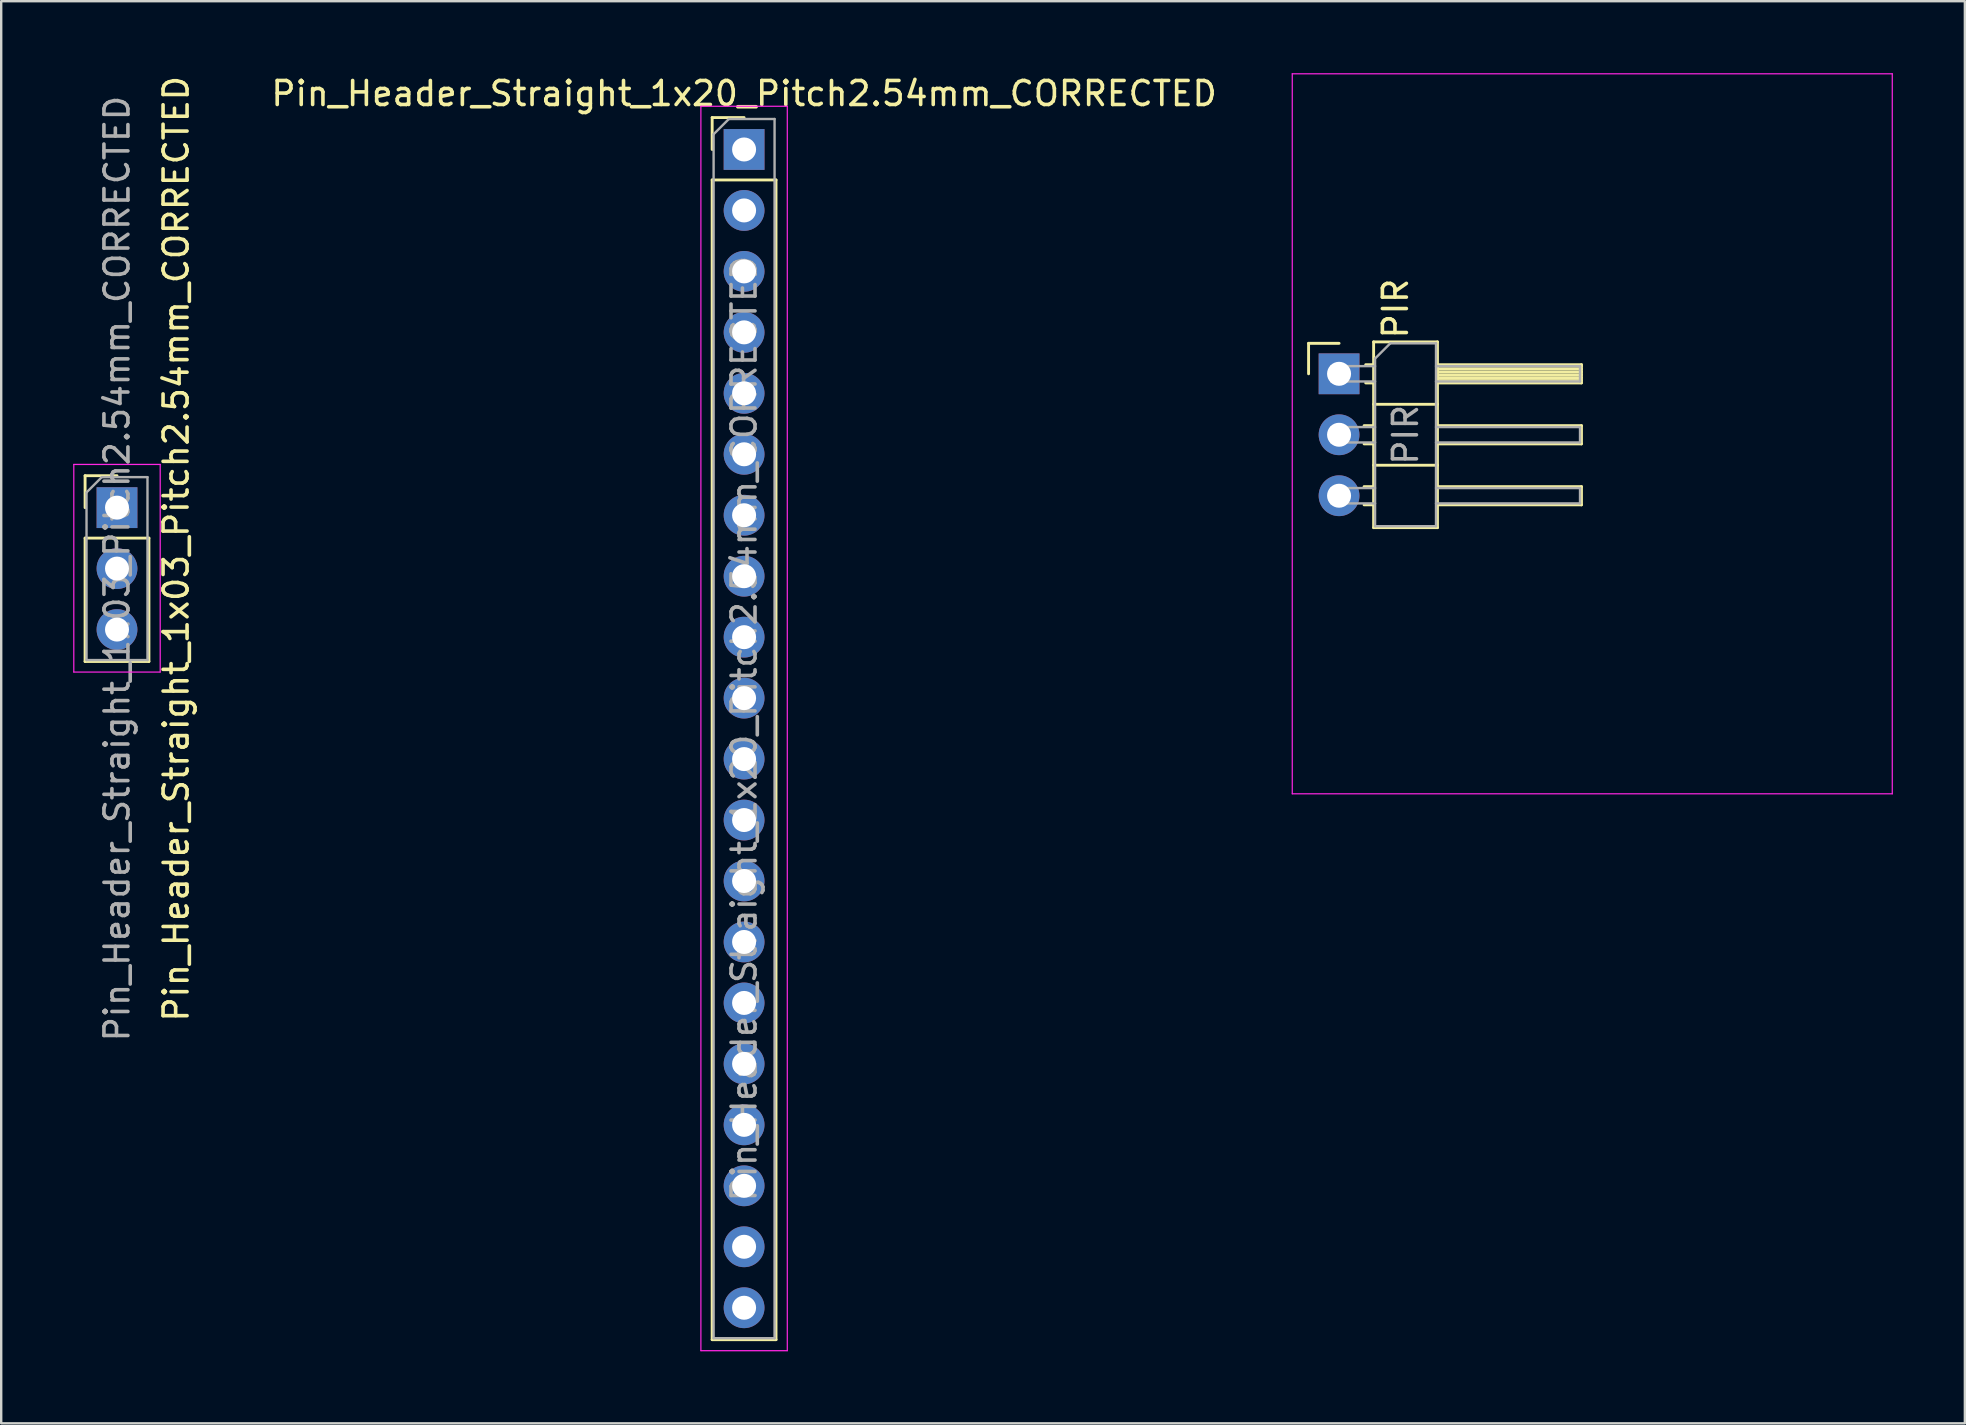
<source format=kicad_pcb>
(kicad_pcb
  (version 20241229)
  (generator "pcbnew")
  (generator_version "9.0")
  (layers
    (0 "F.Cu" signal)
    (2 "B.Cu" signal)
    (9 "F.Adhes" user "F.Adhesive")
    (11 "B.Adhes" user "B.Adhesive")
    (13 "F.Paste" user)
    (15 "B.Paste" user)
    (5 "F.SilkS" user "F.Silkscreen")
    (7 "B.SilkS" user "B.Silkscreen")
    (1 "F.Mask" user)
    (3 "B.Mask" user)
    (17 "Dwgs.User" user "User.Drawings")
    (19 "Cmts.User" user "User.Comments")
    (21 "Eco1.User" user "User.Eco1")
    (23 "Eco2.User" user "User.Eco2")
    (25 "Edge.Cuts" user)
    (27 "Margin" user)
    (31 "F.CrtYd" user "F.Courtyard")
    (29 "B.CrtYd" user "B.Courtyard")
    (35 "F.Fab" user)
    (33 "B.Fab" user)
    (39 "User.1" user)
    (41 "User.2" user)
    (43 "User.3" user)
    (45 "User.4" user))
  (footprint "Pin_Header_Straight_1x03_Pitch2.54mm_CORRECTED"
    (layer "F.Cu")
    (at 1.825 18.101)
    (property "Reference" "Pin_Header_Straight_1x03_Pitch2.54mm_CORRECTED" (at 2.464 1.714 90) (layer "F.SilkS") (effects (font (size 1 1) (thickness 0.15))))
    (attr through_hole)
    (fp_line (start -1.33 -1.33) (end 0 -1.33) (stroke (width 0.12) (type solid)) (layer "F.SilkS"))
    (fp_line (start -1.33 0) (end -1.33 -1.33) (stroke (width 0.12) (type solid)) (layer "F.SilkS"))
    (fp_line (start -1.33 1.27) (end -1.33 6.41) (stroke (width 0.12) (type solid)) (layer "F.SilkS"))
    (fp_line (start -1.33 1.27) (end 1.33 1.27) (stroke (width 0.12) (type solid)) (layer "F.SilkS"))
    (fp_line (start -1.33 6.41) (end 1.33 6.41) (stroke (width 0.12) (type solid)) (layer "F.SilkS"))
    (fp_line (start 1.33 1.27) (end 1.33 6.41) (stroke (width 0.12) (type solid)) (layer "F.SilkS"))
    (fp_line (start -1.8 -1.8) (end -1.8 6.85) (stroke (width 0.05) (type solid)) (layer "F.CrtYd"))
    (fp_line (start -1.8 6.85) (end 1.8 6.85) (stroke (width 0.05) (type solid)) (layer "F.CrtYd"))
    (fp_line (start 1.8 -1.8) (end -1.8 -1.8) (stroke (width 0.05) (type solid)) (layer "F.CrtYd"))
    (fp_line (start 1.8 6.85) (end 1.8 -1.8) (stroke (width 0.05) (type solid)) (layer "F.CrtYd"))
    (fp_line (start -1.27 -0.635) (end -0.635 -1.27) (stroke (width 0.1) (type solid)) (layer "F.Fab"))
    (fp_line (start -1.27 6.35) (end -1.27 -0.635) (stroke (width 0.1) (type solid)) (layer "F.Fab"))
    (fp_line (start -0.635 -1.27) (end 1.27 -1.27) (stroke (width 0.1) (type solid)) (layer "F.Fab"))
    (fp_line (start 1.27 -1.27) (end 1.27 6.35) (stroke (width 0.1) (type solid)) (layer "F.Fab"))
    (fp_line (start 1.27 6.35) (end -1.27 6.35) (stroke (width 0.1) (type solid)) (layer "F.Fab"))
    (fp_text user "${REFERENCE}" (at 0 2.54 90) (layer "F.Fab") (effects (font (size 1 1) (thickness 0.15))))
    (pad "1" thru_hole rect (at 0 0) (size 1.7 1.7) (drill 1) (layers "*.Cu" "*.Mask"))
    (pad "2" thru_hole oval (at 0 2.54) (size 1.7 1.7) (drill 1) (layers "*.Cu" "*.Mask"))
    (pad "3" thru_hole oval (at 0 5.08) (size 1.7 1.7) (drill 1) (layers "*.Cu" "*.Mask")))
  (footprint "Pin_Header_Straight_1x20_Pitch2.54mm_CORRECTED"
    (layer "F.Cu")
    (at 27.953 3.178)
    (property "Reference" "Pin_Header_Straight_1x20_Pitch2.54mm_CORRECTED" (at 0 -2.33 0) (layer "F.SilkS") (effects (font (size 1 1) (thickness 0.15))))
    (attr through_hole)
    (fp_line (start -1.33 -1.33) (end 0 -1.33) (stroke (width 0.12) (type solid)) (layer "F.SilkS"))
    (fp_line (start -1.33 0) (end -1.33 -1.33) (stroke (width 0.12) (type solid)) (layer "F.SilkS"))
    (fp_line (start -1.33 1.27) (end -1.33 49.59) (stroke (width 0.12) (type solid)) (layer "F.SilkS"))
    (fp_line (start -1.33 1.27) (end 1.33 1.27) (stroke (width 0.12) (type solid)) (layer "F.SilkS"))
    (fp_line (start -1.33 49.59) (end 1.33 49.59) (stroke (width 0.12) (type solid)) (layer "F.SilkS"))
    (fp_line (start 1.33 1.27) (end 1.33 49.59) (stroke (width 0.12) (type solid)) (layer "F.SilkS"))
    (fp_line (start -1.8 -1.8) (end -1.8 50.05) (stroke (width 0.05) (type solid)) (layer "F.CrtYd"))
    (fp_line (start -1.8 50.05) (end 1.8 50.05) (stroke (width 0.05) (type solid)) (layer "F.CrtYd"))
    (fp_line (start 1.8 -1.8) (end -1.8 -1.8) (stroke (width 0.05) (type solid)) (layer "F.CrtYd"))
    (fp_line (start 1.8 50.05) (end 1.8 -1.8) (stroke (width 0.05) (type solid)) (layer "F.CrtYd"))
    (fp_line (start -1.27 -0.635) (end -0.635 -1.27) (stroke (width 0.1) (type solid)) (layer "F.Fab"))
    (fp_line (start -1.27 49.53) (end -1.27 -0.635) (stroke (width 0.1) (type solid)) (layer "F.Fab"))
    (fp_line (start -0.635 -1.27) (end 1.27 -1.27) (stroke (width 0.1) (type solid)) (layer "F.Fab"))
    (fp_line (start 1.27 -1.27) (end 1.27 49.53) (stroke (width 0.1) (type solid)) (layer "F.Fab"))
    (fp_line (start 1.27 49.53) (end -1.27 49.53) (stroke (width 0.1) (type solid)) (layer "F.Fab"))
    (fp_text user "${REFERENCE}" (at 0 24.13 90) (layer "F.Fab") (effects (font (size 1 1) (thickness 0.15))))
    (pad "1" thru_hole rect (at 0 0) (size 1.7 1.7) (drill 1) (layers "*.Cu" "*.Mask"))
    (pad "2" thru_hole oval (at 0 2.54) (size 1.7 1.7) (drill 1) (layers "*.Cu" "*.Mask"))
    (pad "3" thru_hole oval (at 0 5.08) (size 1.7 1.7) (drill 1) (layers "*.Cu" "*.Mask"))
    (pad "4" thru_hole oval (at 0 7.62) (size 1.7 1.7) (drill 1) (layers "*.Cu" "*.Mask"))
    (pad "5" thru_hole oval (at 0 10.16) (size 1.7 1.7) (drill 1) (layers "*.Cu" "*.Mask"))
    (pad "6" thru_hole oval (at 0 12.7) (size 1.7 1.7) (drill 1) (layers "*.Cu" "*.Mask"))
    (pad "7" thru_hole oval (at 0 15.24) (size 1.7 1.7) (drill 1) (layers "*.Cu" "*.Mask"))
    (pad "8" thru_hole oval (at 0 17.78) (size 1.7 1.7) (drill 1) (layers "*.Cu" "*.Mask"))
    (pad "9" thru_hole oval (at 0 20.32) (size 1.7 1.7) (drill 1) (layers "*.Cu" "*.Mask"))
    (pad "10" thru_hole oval (at 0 22.86) (size 1.7 1.7) (drill 1) (layers "*.Cu" "*.Mask"))
    (pad "11" thru_hole oval (at 0 25.4) (size 1.7 1.7) (drill 1) (layers "*.Cu" "*.Mask"))
    (pad "12" thru_hole oval (at 0 27.94) (size 1.7 1.7) (drill 1) (layers "*.Cu" "*.Mask"))
    (pad "13" thru_hole oval (at 0 30.48) (size 1.7 1.7) (drill 1) (layers "*.Cu" "*.Mask"))
    (pad "14" thru_hole oval (at 0 33.02) (size 1.7 1.7) (drill 1) (layers "*.Cu" "*.Mask"))
    (pad "15" thru_hole oval (at 0 35.56) (size 1.7 1.7) (drill 1) (layers "*.Cu" "*.Mask"))
    (pad "16" thru_hole oval (at 0 38.1) (size 1.7 1.7) (drill 1) (layers "*.Cu" "*.Mask"))
    (pad "17" thru_hole oval (at 0 40.64) (size 1.7 1.7) (drill 1) (layers "*.Cu" "*.Mask"))
    (pad "18" thru_hole oval (at 0 43.18) (size 1.7 1.7) (drill 1) (layers "*.Cu" "*.Mask"))
    (pad "19" thru_hole oval (at 0 45.72) (size 1.7 1.7) (drill 1) (layers "*.Cu" "*.Mask"))
    (pad "20" thru_hole oval (at 0 48.26) (size 1.7 1.7) (drill 1) (layers "*.Cu" "*.Mask")))
  (footprint "PIR"
    (layer "F.Cu")
    (at 52.843 15.075)
    (property "Reference" "PIR" (at 2.25 -5.27 270) (layer "F.SilkS") (effects (font (size 1 1) (thickness 0.15))))
    (attr through_hole)
    (fp_line (start -1.37 -3.82) (end -0.1 -3.82) (stroke (width 0.12) (type solid)) (layer "F.SilkS"))
    (fp_line (start -1.37 -2.55) (end -1.37 -3.82) (stroke (width 0.12) (type solid)) (layer "F.SilkS"))
    (fp_line (start 0.943 -0.39) (end 1.34 -0.39) (stroke (width 0.12) (type solid)) (layer "F.SilkS"))
    (fp_line (start 0.943 0.37) (end 1.34 0.37) (stroke (width 0.12) (type solid)) (layer "F.SilkS"))
    (fp_line (start 0.943 2.15) (end 1.34 2.15) (stroke (width 0.12) (type solid)) (layer "F.SilkS"))
    (fp_line (start 0.943 2.91) (end 1.34 2.91) (stroke (width 0.12) (type solid)) (layer "F.SilkS"))
    (fp_line (start 1.01 -2.93) (end 1.34 -2.93) (stroke (width 0.12) (type solid)) (layer "F.SilkS"))
    (fp_line (start 1.01 -2.17) (end 1.34 -2.17) (stroke (width 0.12) (type solid)) (layer "F.SilkS"))
    (fp_line (start 1.34 -3.88) (end 1.34 3.86) (stroke (width 0.12) (type solid)) (layer "F.SilkS"))
    (fp_line (start 1.34 -1.28) (end 4 -1.28) (stroke (width 0.12) (type solid)) (layer "F.SilkS"))
    (fp_line (start 1.34 1.26) (end 4 1.26) (stroke (width 0.12) (type solid)) (layer "F.SilkS"))
    (fp_line (start 1.34 3.86) (end 4 3.86) (stroke (width 0.12) (type solid)) (layer "F.SilkS"))
    (fp_line (start 4 -3.88) (end 1.34 -3.88) (stroke (width 0.12) (type solid)) (layer "F.SilkS"))
    (fp_line (start 4 -2.93) (end 10 -2.93) (stroke (width 0.12) (type solid)) (layer "F.SilkS"))
    (fp_line (start 4 -2.87) (end 10 -2.87) (stroke (width 0.12) (type solid)) (layer "F.SilkS"))
    (fp_line (start 4 -2.75) (end 10 -2.75) (stroke (width 0.12) (type solid)) (layer "F.SilkS"))
    (fp_line (start 4 -2.63) (end 10 -2.63) (stroke (width 0.12) (type solid)) (layer "F.SilkS"))
    (fp_line (start 4 -2.51) (end 10 -2.51) (stroke (width 0.12) (type solid)) (layer "F.SilkS"))
    (fp_line (start 4 -2.39) (end 10 -2.39) (stroke (width 0.12) (type solid)) (layer "F.SilkS"))
    (fp_line (start 4 -2.27) (end 10 -2.27) (stroke (width 0.12) (type solid)) (layer "F.SilkS"))
    (fp_line (start 4 -0.39) (end 10 -0.39) (stroke (width 0.12) (type solid)) (layer "F.SilkS"))
    (fp_line (start 4 2.15) (end 10 2.15) (stroke (width 0.12) (type solid)) (layer "F.SilkS"))
    (fp_line (start 4 3.86) (end 4 -3.88) (stroke (width 0.12) (type solid)) (layer "F.SilkS"))
    (fp_line (start 10 -2.93) (end 10 -2.17) (stroke (width 0.12) (type solid)) (layer "F.SilkS"))
    (fp_line (start 10 -2.17) (end 4 -2.17) (stroke (width 0.12) (type solid)) (layer "F.SilkS"))
    (fp_line (start 10 -0.39) (end 10 0.37) (stroke (width 0.12) (type solid)) (layer "F.SilkS"))
    (fp_line (start 10 0.37) (end 4 0.37) (stroke (width 0.12) (type solid)) (layer "F.SilkS"))
    (fp_line (start 10 2.15) (end 10 2.91) (stroke (width 0.12) (type solid)) (layer "F.SilkS"))
    (fp_line (start 10 2.91) (end 4 2.91) (stroke (width 0.12) (type solid)) (layer "F.SilkS"))
    (fp_line (start -2.05 -15.05) (end -2.05 14.95) (stroke (width 0.05) (type solid)) (layer "F.CrtYd"))
    (fp_line (start 22.95 -15.05) (end -2.05 -15.05) (stroke (width 0.05) (type solid)) (layer "F.CrtYd"))
    (fp_line (start 22.95 -15.05) (end 22.95 14.95) (stroke (width 0.05) (type solid)) (layer "F.CrtYd"))
    (fp_line (start 22.95 14.95) (end -2.05 14.95) (stroke (width 0.05) (type solid)) (layer "F.CrtYd"))
    (fp_line (start -0.42 -2.87) (end -0.42 -2.23) (stroke (width 0.1) (type solid)) (layer "F.Fab"))
    (fp_line (start -0.42 -2.87) (end 1.4 -2.87) (stroke (width 0.1) (type solid)) (layer "F.Fab"))
    (fp_line (start -0.42 -2.23) (end 1.4 -2.23) (stroke (width 0.1) (type solid)) (layer "F.Fab"))
    (fp_line (start -0.42 -0.33) (end -0.42 0.31) (stroke (width 0.1) (type solid)) (layer "F.Fab"))
    (fp_line (start -0.42 -0.33) (end 1.4 -0.33) (stroke (width 0.1) (type solid)) (layer "F.Fab"))
    (fp_line (start -0.42 0.31) (end 1.4 0.31) (stroke (width 0.1) (type solid)) (layer "F.Fab"))
    (fp_line (start -0.42 2.21) (end -0.42 2.85) (stroke (width 0.1) (type solid)) (layer "F.Fab"))
    (fp_line (start -0.42 2.21) (end 1.4 2.21) (stroke (width 0.1) (type solid)) (layer "F.Fab"))
    (fp_line (start -0.42 2.85) (end 1.4 2.85) (stroke (width 0.1) (type solid)) (layer "F.Fab"))
    (fp_line (start 1.4 -3.185) (end 2.035 -3.82) (stroke (width 0.1) (type solid)) (layer "F.Fab"))
    (fp_line (start 1.4 3.8) (end 1.4 -3.185) (stroke (width 0.1) (type solid)) (layer "F.Fab"))
    (fp_line (start 2.035 -3.82) (end 3.94 -3.82) (stroke (width 0.1) (type solid)) (layer "F.Fab"))
    (fp_line (start 3.94 -3.82) (end 3.94 3.8) (stroke (width 0.1) (type solid)) (layer "F.Fab"))
    (fp_line (start 3.94 -2.87) (end 9.94 -2.87) (stroke (width 0.1) (type solid)) (layer "F.Fab"))
    (fp_line (start 3.94 -2.23) (end 9.94 -2.23) (stroke (width 0.1) (type solid)) (layer "F.Fab"))
    (fp_line (start 3.94 -0.33) (end 9.94 -0.33) (stroke (width 0.1) (type solid)) (layer "F.Fab"))
    (fp_line (start 3.94 0.31) (end 9.94 0.31) (stroke (width 0.1) (type solid)) (layer "F.Fab"))
    (fp_line (start 3.94 2.21) (end 9.94 2.21) (stroke (width 0.1) (type solid)) (layer "F.Fab"))
    (fp_line (start 3.94 2.85) (end 9.94 2.85) (stroke (width 0.1) (type solid)) (layer "F.Fab"))
    (fp_line (start 3.94 3.8) (end 1.4 3.8) (stroke (width 0.1) (type solid)) (layer "F.Fab"))
    (fp_line (start 9.94 -2.87) (end 9.94 -2.23) (stroke (width 0.1) (type solid)) (layer "F.Fab"))
    (fp_line (start 9.94 -0.33) (end 9.94 0.31) (stroke (width 0.1) (type solid)) (layer "F.Fab"))
    (fp_line (start 9.94 2.21) (end 9.94 2.85) (stroke (width 0.1) (type solid)) (layer "F.Fab"))
    (fp_text user "${REFERENCE}" (at 2.67 -0.01 90) (layer "F.Fab") (effects (font (size 1 1) (thickness 0.15))))
    (pad "1" thru_hole rect (at -0.1 -2.55) (size 1.7 1.7) (drill 1) (layers "*.Cu" "*.Mask"))
    (pad "2" thru_hole oval (at -0.1 -0.01) (size 1.7 1.7) (drill 1) (layers "*.Cu" "*.Mask"))
    (pad "3" thru_hole oval (at -0.1 2.53) (size 1.7 1.7) (drill 1) (layers "*.Cu" "*.Mask")))
  (gr_rect
    (start -3 -3)
    (end 78.818 56.253)
    (stroke (width 0.1) (type default))
    (fill no)
    (layer "Edge.Cuts")))
</source>
